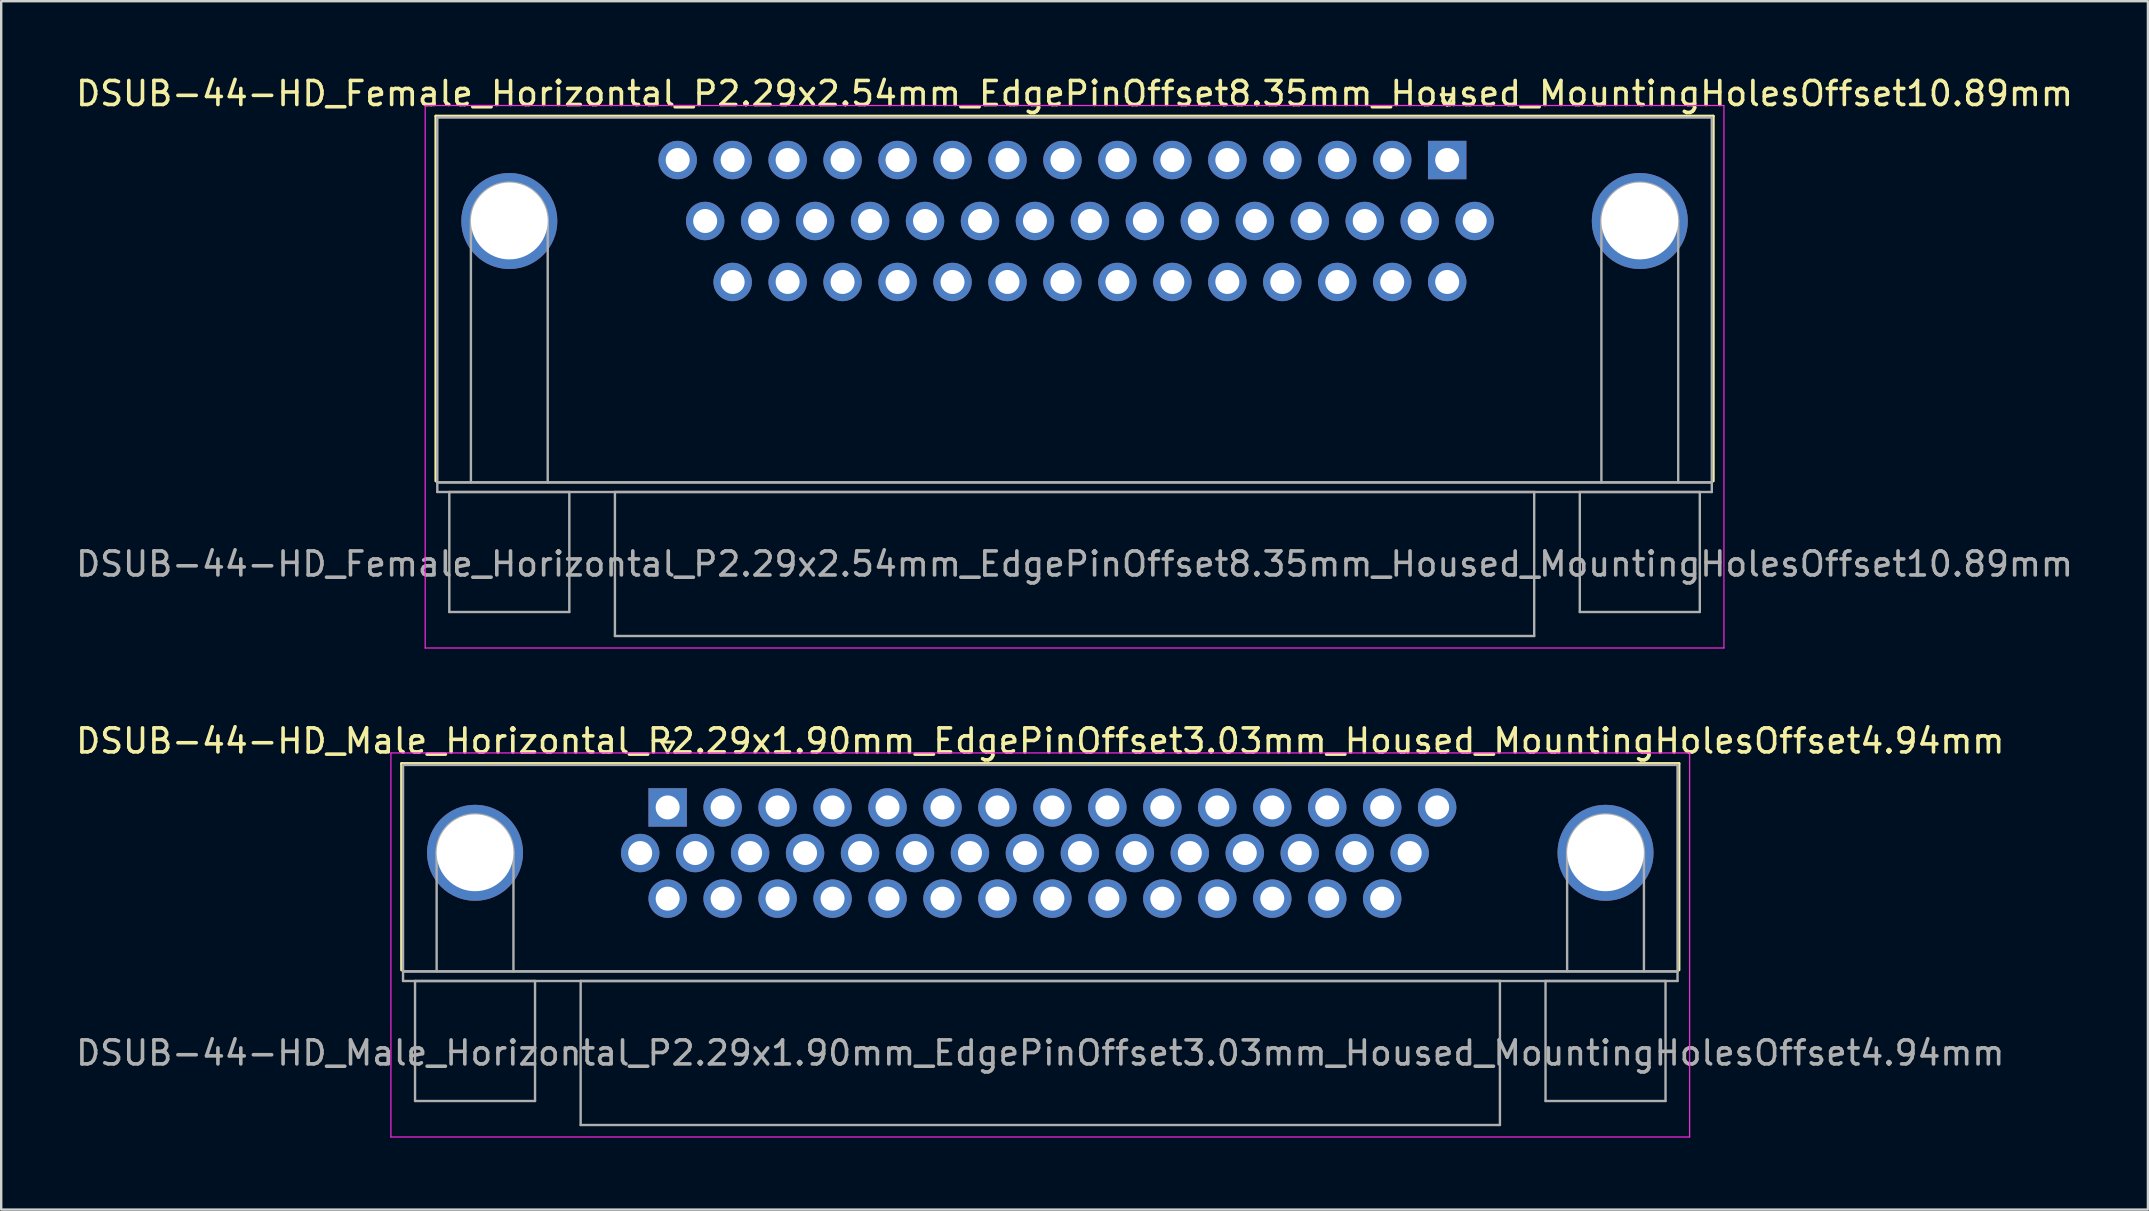
<source format=kicad_pcb>
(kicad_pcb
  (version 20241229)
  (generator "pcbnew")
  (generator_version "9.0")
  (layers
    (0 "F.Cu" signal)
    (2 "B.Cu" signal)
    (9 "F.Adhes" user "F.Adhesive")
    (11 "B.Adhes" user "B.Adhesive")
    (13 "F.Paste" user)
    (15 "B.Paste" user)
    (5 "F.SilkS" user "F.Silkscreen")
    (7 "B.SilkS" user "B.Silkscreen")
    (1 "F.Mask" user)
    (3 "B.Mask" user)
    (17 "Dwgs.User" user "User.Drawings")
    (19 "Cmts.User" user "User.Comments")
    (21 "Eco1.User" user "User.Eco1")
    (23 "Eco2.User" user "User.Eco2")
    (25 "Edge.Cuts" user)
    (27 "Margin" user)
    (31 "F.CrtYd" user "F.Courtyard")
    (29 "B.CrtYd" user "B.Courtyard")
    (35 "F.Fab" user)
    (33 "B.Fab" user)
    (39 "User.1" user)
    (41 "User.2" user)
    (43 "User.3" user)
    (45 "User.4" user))
  (footprint "DSUB-44-HD_Female_Horizontal_P2.29x2.54mm_EdgePinOffset8.35mm_Housed_MountingHolesOffset10.89mm"
    (layer "F.Cu")
    (at 57.245 3.618)
    (property "Reference" "DSUB-44-HD_Female_Horizontal_P2.29x2.54mm_EdgePinOffset8.35mm_Housed_MountingHolesOffset10.89mm" (at -15.525 -2.77 0) (layer "F.SilkS") (effects (font (size 1 1) (thickness 0.15))))
    (attr through_hole)
    (fp_line (start -42.135 -1.83) (end 11.085 -1.83) (stroke (width 0.12) (type solid)) (layer "F.SilkS"))
    (fp_line (start -42.135 13.37) (end -42.135 -1.83) (stroke (width 0.12) (type solid)) (layer "F.SilkS"))
    (fp_line (start -0.25 -2.724) (end 0.25 -2.724) (stroke (width 0.12) (type solid)) (layer "F.SilkS"))
    (fp_line (start 0 -2.291) (end -0.25 -2.724) (stroke (width 0.12) (type solid)) (layer "F.SilkS"))
    (fp_line (start 0.25 -2.724) (end 0 -2.291) (stroke (width 0.12) (type solid)) (layer "F.SilkS"))
    (fp_line (start 11.085 -1.83) (end 11.085 13.37) (stroke (width 0.12) (type solid)) (layer "F.SilkS"))
    (fp_line (start -42.58 -2.27) (end -42.58 20.33) (stroke (width 0.05) (type solid)) (layer "F.CrtYd"))
    (fp_line (start -42.58 20.33) (end 11.53 20.33) (stroke (width 0.05) (type solid)) (layer "F.CrtYd"))
    (fp_line (start 11.53 -2.27) (end -42.58 -2.27) (stroke (width 0.05) (type solid)) (layer "F.CrtYd"))
    (fp_line (start 11.53 20.33) (end 11.53 -2.27) (stroke (width 0.05) (type solid)) (layer "F.CrtYd"))
    (fp_line (start -42.075 -1.77) (end -42.075 13.43) (stroke (width 0.1) (type solid)) (layer "F.Fab"))
    (fp_line (start -42.075 13.43) (end -42.075 13.83) (stroke (width 0.1) (type solid)) (layer "F.Fab"))
    (fp_line (start -42.075 13.43) (end 11.025 13.43) (stroke (width 0.1) (type solid)) (layer "F.Fab"))
    (fp_line (start -42.075 13.83) (end 11.025 13.83) (stroke (width 0.1) (type solid)) (layer "F.Fab"))
    (fp_line (start -41.575 13.83) (end -41.575 18.83) (stroke (width 0.1) (type solid)) (layer "F.Fab"))
    (fp_line (start -41.575 18.83) (end -36.575 18.83) (stroke (width 0.1) (type solid)) (layer "F.Fab"))
    (fp_line (start -40.675 13.43) (end -40.675 2.54) (stroke (width 0.1) (type solid)) (layer "F.Fab"))
    (fp_line (start -37.475 13.43) (end -37.475 2.54) (stroke (width 0.1) (type solid)) (layer "F.Fab"))
    (fp_line (start -36.575 13.83) (end -41.575 13.83) (stroke (width 0.1) (type solid)) (layer "F.Fab"))
    (fp_line (start -36.575 18.83) (end -36.575 13.83) (stroke (width 0.1) (type solid)) (layer "F.Fab"))
    (fp_line (start -34.675 13.83) (end -34.675 19.83) (stroke (width 0.1) (type solid)) (layer "F.Fab"))
    (fp_line (start -34.675 19.83) (end 3.625 19.83) (stroke (width 0.1) (type solid)) (layer "F.Fab"))
    (fp_line (start 3.625 13.83) (end -34.675 13.83) (stroke (width 0.1) (type solid)) (layer "F.Fab"))
    (fp_line (start 3.625 19.83) (end 3.625 13.83) (stroke (width 0.1) (type solid)) (layer "F.Fab"))
    (fp_line (start 5.525 13.83) (end 5.525 18.83) (stroke (width 0.1) (type solid)) (layer "F.Fab"))
    (fp_line (start 5.525 18.83) (end 10.525 18.83) (stroke (width 0.1) (type solid)) (layer "F.Fab"))
    (fp_line (start 6.425 13.43) (end 6.425 2.54) (stroke (width 0.1) (type solid)) (layer "F.Fab"))
    (fp_line (start 9.625 13.43) (end 9.625 2.54) (stroke (width 0.1) (type solid)) (layer "F.Fab"))
    (fp_line (start 10.525 13.83) (end 5.525 13.83) (stroke (width 0.1) (type solid)) (layer "F.Fab"))
    (fp_line (start 10.525 18.83) (end 10.525 13.83) (stroke (width 0.1) (type solid)) (layer "F.Fab"))
    (fp_line (start 11.025 -1.77) (end -42.075 -1.77) (stroke (width 0.1) (type solid)) (layer "F.Fab"))
    (fp_line (start 11.025 13.43) (end -42.075 13.43) (stroke (width 0.1) (type solid)) (layer "F.Fab"))
    (fp_line (start 11.025 13.43) (end 11.025 -1.77) (stroke (width 0.1) (type solid)) (layer "F.Fab"))
    (fp_line (start 11.025 13.83) (end 11.025 13.43) (stroke (width 0.1) (type solid)) (layer "F.Fab"))
    (fp_arc (start -40.675 2.54) (mid -39.075 0.94) (end -37.475 2.54) (stroke (width 0.1) (type solid)) (layer "F.Fab"))
    (fp_arc (start 6.425 2.54) (mid 8.025 0.94) (end 9.625 2.54) (stroke (width 0.1) (type solid)) (layer "F.Fab"))
    (fp_text user "${REFERENCE}" (at -15.525 16.83 0) (layer "F.Fab") (effects (font (size 1 1) (thickness 0.15))))
    (pad "0" thru_hole circle (at -39.075 2.54) (size 4 4) (drill 3.2) (layers "*.Cu" "*.Mask"))
    (pad "0" thru_hole circle (at 8.025 2.54) (size 4 4) (drill 3.2) (layers "*.Cu" "*.Mask"))
    (pad "1" thru_hole rect (at 0 0) (size 1.6 1.6) (drill 1) (layers "*.Cu" "*.Mask"))
    (pad "2" thru_hole circle (at -2.29 0) (size 1.6 1.6) (drill 1) (layers "*.Cu" "*.Mask"))
    (pad "3" thru_hole circle (at -4.58 0) (size 1.6 1.6) (drill 1) (layers "*.Cu" "*.Mask"))
    (pad "4" thru_hole circle (at -6.87 0) (size 1.6 1.6) (drill 1) (layers "*.Cu" "*.Mask"))
    (pad "5" thru_hole circle (at -9.16 0) (size 1.6 1.6) (drill 1) (layers "*.Cu" "*.Mask"))
    (pad "6" thru_hole circle (at -11.45 0) (size 1.6 1.6) (drill 1) (layers "*.Cu" "*.Mask"))
    (pad "7" thru_hole circle (at -13.74 0) (size 1.6 1.6) (drill 1) (layers "*.Cu" "*.Mask"))
    (pad "8" thru_hole circle (at -16.03 0) (size 1.6 1.6) (drill 1) (layers "*.Cu" "*.Mask"))
    (pad "9" thru_hole circle (at -18.32 0) (size 1.6 1.6) (drill 1) (layers "*.Cu" "*.Mask"))
    (pad "10" thru_hole circle (at -20.61 0) (size 1.6 1.6) (drill 1) (layers "*.Cu" "*.Mask"))
    (pad "11" thru_hole circle (at -22.9 0) (size 1.6 1.6) (drill 1) (layers "*.Cu" "*.Mask"))
    (pad "12" thru_hole circle (at -25.19 0) (size 1.6 1.6) (drill 1) (layers "*.Cu" "*.Mask"))
    (pad "13" thru_hole circle (at -27.48 0) (size 1.6 1.6) (drill 1) (layers "*.Cu" "*.Mask"))
    (pad "14" thru_hole circle (at -29.77 0) (size 1.6 1.6) (drill 1) (layers "*.Cu" "*.Mask"))
    (pad "15" thru_hole circle (at -32.06 0) (size 1.6 1.6) (drill 1) (layers "*.Cu" "*.Mask"))
    (pad "16" thru_hole circle (at 1.145 2.54) (size 1.6 1.6) (drill 1) (layers "*.Cu" "*.Mask"))
    (pad "17" thru_hole circle (at -1.145 2.54) (size 1.6 1.6) (drill 1) (layers "*.Cu" "*.Mask"))
    (pad "18" thru_hole circle (at -3.435 2.54) (size 1.6 1.6) (drill 1) (layers "*.Cu" "*.Mask"))
    (pad "19" thru_hole circle (at -5.725 2.54) (size 1.6 1.6) (drill 1) (layers "*.Cu" "*.Mask"))
    (pad "20" thru_hole circle (at -8.015 2.54) (size 1.6 1.6) (drill 1) (layers "*.Cu" "*.Mask"))
    (pad "21" thru_hole circle (at -10.305 2.54) (size 1.6 1.6) (drill 1) (layers "*.Cu" "*.Mask"))
    (pad "22" thru_hole circle (at -12.595 2.54) (size 1.6 1.6) (drill 1) (layers "*.Cu" "*.Mask"))
    (pad "23" thru_hole circle (at -14.885 2.54) (size 1.6 1.6) (drill 1) (layers "*.Cu" "*.Mask"))
    (pad "24" thru_hole circle (at -17.175 2.54) (size 1.6 1.6) (drill 1) (layers "*.Cu" "*.Mask"))
    (pad "25" thru_hole circle (at -19.465 2.54) (size 1.6 1.6) (drill 1) (layers "*.Cu" "*.Mask"))
    (pad "26" thru_hole circle (at -21.755 2.54) (size 1.6 1.6) (drill 1) (layers "*.Cu" "*.Mask"))
    (pad "27" thru_hole circle (at -24.045 2.54) (size 1.6 1.6) (drill 1) (layers "*.Cu" "*.Mask"))
    (pad "28" thru_hole circle (at -26.335 2.54) (size 1.6 1.6) (drill 1) (layers "*.Cu" "*.Mask"))
    (pad "29" thru_hole circle (at -28.625 2.54) (size 1.6 1.6) (drill 1) (layers "*.Cu" "*.Mask"))
    (pad "30" thru_hole circle (at -30.915 2.54) (size 1.6 1.6) (drill 1) (layers "*.Cu" "*.Mask"))
    (pad "31" thru_hole circle (at 0 5.08) (size 1.6 1.6) (drill 1) (layers "*.Cu" "*.Mask"))
    (pad "32" thru_hole circle (at -2.29 5.08) (size 1.6 1.6) (drill 1) (layers "*.Cu" "*.Mask"))
    (pad "33" thru_hole circle (at -4.58 5.08) (size 1.6 1.6) (drill 1) (layers "*.Cu" "*.Mask"))
    (pad "34" thru_hole circle (at -6.87 5.08) (size 1.6 1.6) (drill 1) (layers "*.Cu" "*.Mask"))
    (pad "35" thru_hole circle (at -9.16 5.08) (size 1.6 1.6) (drill 1) (layers "*.Cu" "*.Mask"))
    (pad "36" thru_hole circle (at -11.45 5.08) (size 1.6 1.6) (drill 1) (layers "*.Cu" "*.Mask"))
    (pad "37" thru_hole circle (at -13.74 5.08) (size 1.6 1.6) (drill 1) (layers "*.Cu" "*.Mask"))
    (pad "38" thru_hole circle (at -16.03 5.08) (size 1.6 1.6) (drill 1) (layers "*.Cu" "*.Mask"))
    (pad "39" thru_hole circle (at -18.32 5.08) (size 1.6 1.6) (drill 1) (layers "*.Cu" "*.Mask"))
    (pad "40" thru_hole circle (at -20.61 5.08) (size 1.6 1.6) (drill 1) (layers "*.Cu" "*.Mask"))
    (pad "41" thru_hole circle (at -22.9 5.08) (size 1.6 1.6) (drill 1) (layers "*.Cu" "*.Mask"))
    (pad "42" thru_hole circle (at -25.19 5.08) (size 1.6 1.6) (drill 1) (layers "*.Cu" "*.Mask"))
    (pad "43" thru_hole circle (at -27.48 5.08) (size 1.6 1.6) (drill 1) (layers "*.Cu" "*.Mask"))
    (pad "44" thru_hole circle (at -29.77 5.08) (size 1.6 1.6) (drill 1) (layers "*.Cu" "*.Mask")))
  (footprint "DSUB-44-HD_Male_Horizontal_P2.29x1.90mm_EdgePinOffset3.03mm_Housed_MountingHolesOffset4.94mm"
    (layer "F.Cu")
    (at 24.767 30.591)
    (property "Reference" "DSUB-44-HD_Male_Horizontal_P2.29x1.90mm_EdgePinOffset3.03mm_Housed_MountingHolesOffset4.94mm" (at 15.525 -2.77 0) (layer "F.SilkS") (effects (font (size 1 1) (thickness 0.15))))
    (attr through_hole)
    (fp_line (start -11.085 -1.83) (end 42.135 -1.83) (stroke (width 0.12) (type solid)) (layer "F.SilkS"))
    (fp_line (start -11.085 6.77) (end -11.085 -1.83) (stroke (width 0.12) (type solid)) (layer "F.SilkS"))
    (fp_line (start -0.25 -2.724) (end 0.25 -2.724) (stroke (width 0.12) (type solid)) (layer "F.SilkS"))
    (fp_line (start 0 -2.291) (end -0.25 -2.724) (stroke (width 0.12) (type solid)) (layer "F.SilkS"))
    (fp_line (start 0.25 -2.724) (end 0 -2.291) (stroke (width 0.12) (type solid)) (layer "F.SilkS"))
    (fp_line (start 42.135 -1.83) (end 42.135 6.77) (stroke (width 0.12) (type solid)) (layer "F.SilkS"))
    (fp_line (start -11.53 -2.27) (end -11.53 13.73) (stroke (width 0.05) (type solid)) (layer "F.CrtYd"))
    (fp_line (start -11.53 13.73) (end 42.58 13.73) (stroke (width 0.05) (type solid)) (layer "F.CrtYd"))
    (fp_line (start 42.58 -2.27) (end -11.53 -2.27) (stroke (width 0.05) (type solid)) (layer "F.CrtYd"))
    (fp_line (start 42.58 13.73) (end 42.58 -2.27) (stroke (width 0.05) (type solid)) (layer "F.CrtYd"))
    (fp_line (start -11.025 -1.77) (end -11.025 6.83) (stroke (width 0.1) (type solid)) (layer "F.Fab"))
    (fp_line (start -11.025 6.83) (end -11.025 7.23) (stroke (width 0.1) (type solid)) (layer "F.Fab"))
    (fp_line (start -11.025 6.83) (end 42.075 6.83) (stroke (width 0.1) (type solid)) (layer "F.Fab"))
    (fp_line (start -11.025 7.23) (end 42.075 7.23) (stroke (width 0.1) (type solid)) (layer "F.Fab"))
    (fp_line (start -10.525 7.23) (end -10.525 12.23) (stroke (width 0.1) (type solid)) (layer "F.Fab"))
    (fp_line (start -10.525 12.23) (end -5.525 12.23) (stroke (width 0.1) (type solid)) (layer "F.Fab"))
    (fp_line (start -9.625 6.83) (end -9.625 1.89) (stroke (width 0.1) (type solid)) (layer "F.Fab"))
    (fp_line (start -6.425 6.83) (end -6.425 1.89) (stroke (width 0.1) (type solid)) (layer "F.Fab"))
    (fp_line (start -5.525 7.23) (end -10.525 7.23) (stroke (width 0.1) (type solid)) (layer "F.Fab"))
    (fp_line (start -5.525 12.23) (end -5.525 7.23) (stroke (width 0.1) (type solid)) (layer "F.Fab"))
    (fp_line (start -3.625 7.23) (end -3.625 13.23) (stroke (width 0.1) (type solid)) (layer "F.Fab"))
    (fp_line (start -3.625 13.23) (end 34.675 13.23) (stroke (width 0.1) (type solid)) (layer "F.Fab"))
    (fp_line (start 34.675 7.23) (end -3.625 7.23) (stroke (width 0.1) (type solid)) (layer "F.Fab"))
    (fp_line (start 34.675 13.23) (end 34.675 7.23) (stroke (width 0.1) (type solid)) (layer "F.Fab"))
    (fp_line (start 36.575 7.23) (end 36.575 12.23) (stroke (width 0.1) (type solid)) (layer "F.Fab"))
    (fp_line (start 36.575 12.23) (end 41.575 12.23) (stroke (width 0.1) (type solid)) (layer "F.Fab"))
    (fp_line (start 37.475 6.83) (end 37.475 1.89) (stroke (width 0.1) (type solid)) (layer "F.Fab"))
    (fp_line (start 40.675 6.83) (end 40.675 1.89) (stroke (width 0.1) (type solid)) (layer "F.Fab"))
    (fp_line (start 41.575 7.23) (end 36.575 7.23) (stroke (width 0.1) (type solid)) (layer "F.Fab"))
    (fp_line (start 41.575 12.23) (end 41.575 7.23) (stroke (width 0.1) (type solid)) (layer "F.Fab"))
    (fp_line (start 42.075 -1.77) (end -11.025 -1.77) (stroke (width 0.1) (type solid)) (layer "F.Fab"))
    (fp_line (start 42.075 6.83) (end -11.025 6.83) (stroke (width 0.1) (type solid)) (layer "F.Fab"))
    (fp_line (start 42.075 6.83) (end 42.075 -1.77) (stroke (width 0.1) (type solid)) (layer "F.Fab"))
    (fp_line (start 42.075 7.23) (end 42.075 6.83) (stroke (width 0.1) (type solid)) (layer "F.Fab"))
    (fp_arc (start -9.625 1.89) (mid -8.025 0.29) (end -6.425 1.89) (stroke (width 0.1) (type solid)) (layer "F.Fab"))
    (fp_arc (start 37.475 1.89) (mid 39.075 0.29) (end 40.675 1.89) (stroke (width 0.1) (type solid)) (layer "F.Fab"))
    (fp_text user "${REFERENCE}" (at 15.525 10.23 0) (layer "F.Fab") (effects (font (size 1 1) (thickness 0.15))))
    (pad "0" thru_hole circle (at -8.025 1.89) (size 4 4) (drill 3.2) (layers "*.Cu" "*.Mask"))
    (pad "0" thru_hole circle (at 39.075 1.89) (size 4 4) (drill 3.2) (layers "*.Cu" "*.Mask"))
    (pad "1" thru_hole rect (at 0 0) (size 1.6 1.6) (drill 1) (layers "*.Cu" "*.Mask"))
    (pad "2" thru_hole circle (at 2.29 0) (size 1.6 1.6) (drill 1) (layers "*.Cu" "*.Mask"))
    (pad "3" thru_hole circle (at 4.58 0) (size 1.6 1.6) (drill 1) (layers "*.Cu" "*.Mask"))
    (pad "4" thru_hole circle (at 6.87 0) (size 1.6 1.6) (drill 1) (layers "*.Cu" "*.Mask"))
    (pad "5" thru_hole circle (at 9.16 0) (size 1.6 1.6) (drill 1) (layers "*.Cu" "*.Mask"))
    (pad "6" thru_hole circle (at 11.45 0) (size 1.6 1.6) (drill 1) (layers "*.Cu" "*.Mask"))
    (pad "7" thru_hole circle (at 13.74 0) (size 1.6 1.6) (drill 1) (layers "*.Cu" "*.Mask"))
    (pad "8" thru_hole circle (at 16.03 0) (size 1.6 1.6) (drill 1) (layers "*.Cu" "*.Mask"))
    (pad "9" thru_hole circle (at 18.32 0) (size 1.6 1.6) (drill 1) (layers "*.Cu" "*.Mask"))
    (pad "10" thru_hole circle (at 20.61 0) (size 1.6 1.6) (drill 1) (layers "*.Cu" "*.Mask"))
    (pad "11" thru_hole circle (at 22.9 0) (size 1.6 1.6) (drill 1) (layers "*.Cu" "*.Mask"))
    (pad "12" thru_hole circle (at 25.19 0) (size 1.6 1.6) (drill 1) (layers "*.Cu" "*.Mask"))
    (pad "13" thru_hole circle (at 27.48 0) (size 1.6 1.6) (drill 1) (layers "*.Cu" "*.Mask"))
    (pad "14" thru_hole circle (at 29.77 0) (size 1.6 1.6) (drill 1) (layers "*.Cu" "*.Mask"))
    (pad "15" thru_hole circle (at 32.06 0) (size 1.6 1.6) (drill 1) (layers "*.Cu" "*.Mask"))
    (pad "16" thru_hole circle (at -1.145 1.9) (size 1.6 1.6) (drill 1) (layers "*.Cu" "*.Mask"))
    (pad "17" thru_hole circle (at 1.145 1.9) (size 1.6 1.6) (drill 1) (layers "*.Cu" "*.Mask"))
    (pad "18" thru_hole circle (at 3.435 1.9) (size 1.6 1.6) (drill 1) (layers "*.Cu" "*.Mask"))
    (pad "19" thru_hole circle (at 5.725 1.9) (size 1.6 1.6) (drill 1) (layers "*.Cu" "*.Mask"))
    (pad "20" thru_hole circle (at 8.015 1.9) (size 1.6 1.6) (drill 1) (layers "*.Cu" "*.Mask"))
    (pad "21" thru_hole circle (at 10.305 1.9) (size 1.6 1.6) (drill 1) (layers "*.Cu" "*.Mask"))
    (pad "22" thru_hole circle (at 12.595 1.9) (size 1.6 1.6) (drill 1) (layers "*.Cu" "*.Mask"))
    (pad "23" thru_hole circle (at 14.885 1.9) (size 1.6 1.6) (drill 1) (layers "*.Cu" "*.Mask"))
    (pad "24" thru_hole circle (at 17.175 1.9) (size 1.6 1.6) (drill 1) (layers "*.Cu" "*.Mask"))
    (pad "25" thru_hole circle (at 19.465 1.9) (size 1.6 1.6) (drill 1) (layers "*.Cu" "*.Mask"))
    (pad "26" thru_hole circle (at 21.755 1.9) (size 1.6 1.6) (drill 1) (layers "*.Cu" "*.Mask"))
    (pad "27" thru_hole circle (at 24.045 1.9) (size 1.6 1.6) (drill 1) (layers "*.Cu" "*.Mask"))
    (pad "28" thru_hole circle (at 26.335 1.9) (size 1.6 1.6) (drill 1) (layers "*.Cu" "*.Mask"))
    (pad "29" thru_hole circle (at 28.625 1.9) (size 1.6 1.6) (drill 1) (layers "*.Cu" "*.Mask"))
    (pad "30" thru_hole circle (at 30.915 1.9) (size 1.6 1.6) (drill 1) (layers "*.Cu" "*.Mask"))
    (pad "31" thru_hole circle (at 0 3.8) (size 1.6 1.6) (drill 1) (layers "*.Cu" "*.Mask"))
    (pad "32" thru_hole circle (at 2.29 3.8) (size 1.6 1.6) (drill 1) (layers "*.Cu" "*.Mask"))
    (pad "33" thru_hole circle (at 4.58 3.8) (size 1.6 1.6) (drill 1) (layers "*.Cu" "*.Mask"))
    (pad "34" thru_hole circle (at 6.87 3.8) (size 1.6 1.6) (drill 1) (layers "*.Cu" "*.Mask"))
    (pad "35" thru_hole circle (at 9.16 3.8) (size 1.6 1.6) (drill 1) (layers "*.Cu" "*.Mask"))
    (pad "36" thru_hole circle (at 11.45 3.8) (size 1.6 1.6) (drill 1) (layers "*.Cu" "*.Mask"))
    (pad "37" thru_hole circle (at 13.74 3.8) (size 1.6 1.6) (drill 1) (layers "*.Cu" "*.Mask"))
    (pad "38" thru_hole circle (at 16.03 3.8) (size 1.6 1.6) (drill 1) (layers "*.Cu" "*.Mask"))
    (pad "39" thru_hole circle (at 18.32 3.8) (size 1.6 1.6) (drill 1) (layers "*.Cu" "*.Mask"))
    (pad "40" thru_hole circle (at 20.61 3.8) (size 1.6 1.6) (drill 1) (layers "*.Cu" "*.Mask"))
    (pad "41" thru_hole circle (at 22.9 3.8) (size 1.6 1.6) (drill 1) (layers "*.Cu" "*.Mask"))
    (pad "42" thru_hole circle (at 25.19 3.8) (size 1.6 1.6) (drill 1) (layers "*.Cu" "*.Mask"))
    (pad "43" thru_hole circle (at 27.48 3.8) (size 1.6 1.6) (drill 1) (layers "*.Cu" "*.Mask"))
    (pad "44" thru_hole circle (at 29.77 3.8) (size 1.6 1.6) (drill 1) (layers "*.Cu" "*.Mask")))
  (gr_rect
    (start -3 -3)
    (end 86.44 47.346)
    (stroke (width 0.1) (type default))
    (fill no)
    (layer "Edge.Cuts")))
</source>
